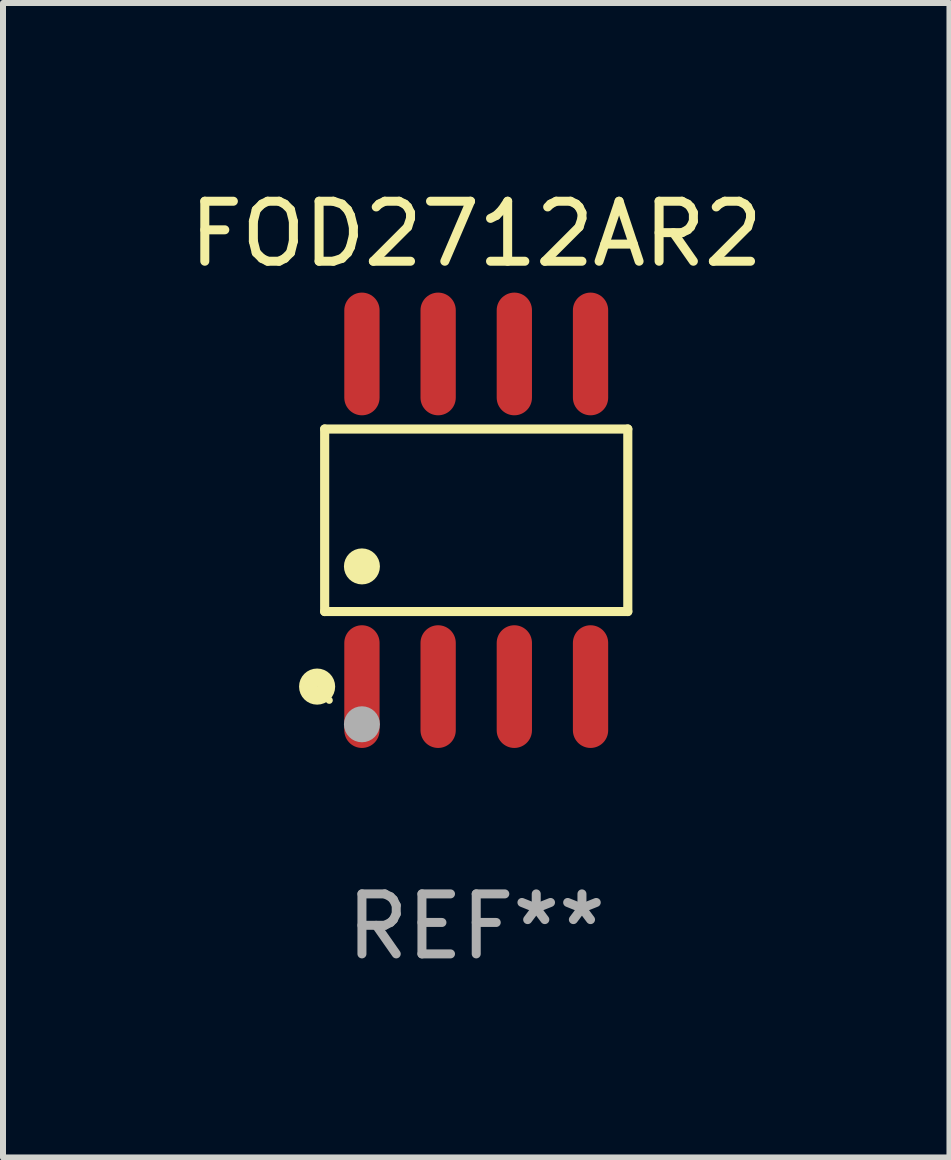
<source format=kicad_pcb>
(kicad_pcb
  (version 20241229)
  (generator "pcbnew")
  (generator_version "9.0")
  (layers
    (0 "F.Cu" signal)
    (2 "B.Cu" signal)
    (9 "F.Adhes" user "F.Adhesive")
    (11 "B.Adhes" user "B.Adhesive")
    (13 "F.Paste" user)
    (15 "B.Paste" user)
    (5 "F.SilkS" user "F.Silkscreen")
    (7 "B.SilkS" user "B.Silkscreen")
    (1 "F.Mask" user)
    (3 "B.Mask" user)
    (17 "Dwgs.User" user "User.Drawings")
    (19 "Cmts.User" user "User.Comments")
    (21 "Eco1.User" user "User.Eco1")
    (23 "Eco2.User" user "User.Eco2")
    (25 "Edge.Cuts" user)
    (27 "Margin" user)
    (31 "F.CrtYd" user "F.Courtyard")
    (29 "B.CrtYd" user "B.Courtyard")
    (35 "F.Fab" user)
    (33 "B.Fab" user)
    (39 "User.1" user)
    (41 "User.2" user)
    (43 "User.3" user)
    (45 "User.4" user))
  (footprint "FOD2712AR2"
    (layer "F.Cu")
    (at 4.887 5.621)
    (property "Reference" "FOD2712AR2" (at 0 -4.772 0) (layer "F.SilkS") (effects (font (size 1 1) (thickness 0.15))))
    (attr through_hole)
    (fp_line (start -2.526 -1.521) (end 2.526 -1.521) (stroke (width 0.152) (type solid)) (layer "F.SilkS"))
    (fp_line (start -2.526 1.521) (end -2.526 -1.521) (stroke (width 0.152) (type solid)) (layer "F.SilkS"))
    (fp_line (start 2.526 -1.521) (end 2.526 1.521) (stroke (width 0.152) (type solid)) (layer "F.SilkS"))
    (fp_line (start 2.526 1.521) (end -2.526 1.521) (stroke (width 0.152) (type solid)) (layer "F.SilkS"))
    (fp_circle (center -2.652 2.772) (end -2.501 2.772) (stroke (width 0.3) (type solid)) (fill no) (layer "F.SilkS"))
    (fp_circle (center -2.45 3) (end -2.42 3) (stroke (width 0.06) (type solid)) (fill no) (layer "F.SilkS"))
    (fp_circle (center -1.905 0.769) (end -1.755 0.769) (stroke (width 0.3) (type solid)) (fill no) (layer "F.SilkS"))
    (fp_circle (center -1.905 3.4) (end -1.755 3.4) (stroke (width 0.3) (type solid)) (fill no) (layer "F.Fab"))
    (fp_text user "REF**" (at 0 6.772 0) (layer "F.Fab") (effects (font (size 1 1) (thickness 0.15))))
    (pad "1" smd oval (at -1.905 2.772) (size 0.588 2.045) (layers "F.Cu" "F.Mask" "F.Paste"))
    (pad "2" smd oval (at -0.635 2.772) (size 0.588 2.045) (layers "F.Cu" "F.Mask" "F.Paste"))
    (pad "3" smd oval (at 0.635 2.772) (size 0.588 2.045) (layers "F.Cu" "F.Mask" "F.Paste"))
    (pad "4" smd oval (at 1.905 2.772) (size 0.588 2.045) (layers "F.Cu" "F.Mask" "F.Paste"))
    (pad "5" smd oval (at 1.905 -2.772) (size 0.588 2.045) (layers "F.Cu" "F.Mask" "F.Paste"))
    (pad "6" smd oval (at 0.635 -2.772) (size 0.588 2.045) (layers "F.Cu" "F.Mask" "F.Paste"))
    (pad "7" smd oval (at -0.635 -2.772) (size 0.588 2.045) (layers "F.Cu" "F.Mask" "F.Paste"))
    (pad "8" smd oval (at -1.905 -2.772) (size 0.588 2.045) (layers "F.Cu" "F.Mask" "F.Paste")))
  (gr_rect
    (start -3 -3)
    (end 12.774 16.241)
    (stroke (width 0.1) (type default))
    (fill no)
    (layer "Edge.Cuts")))
</source>
